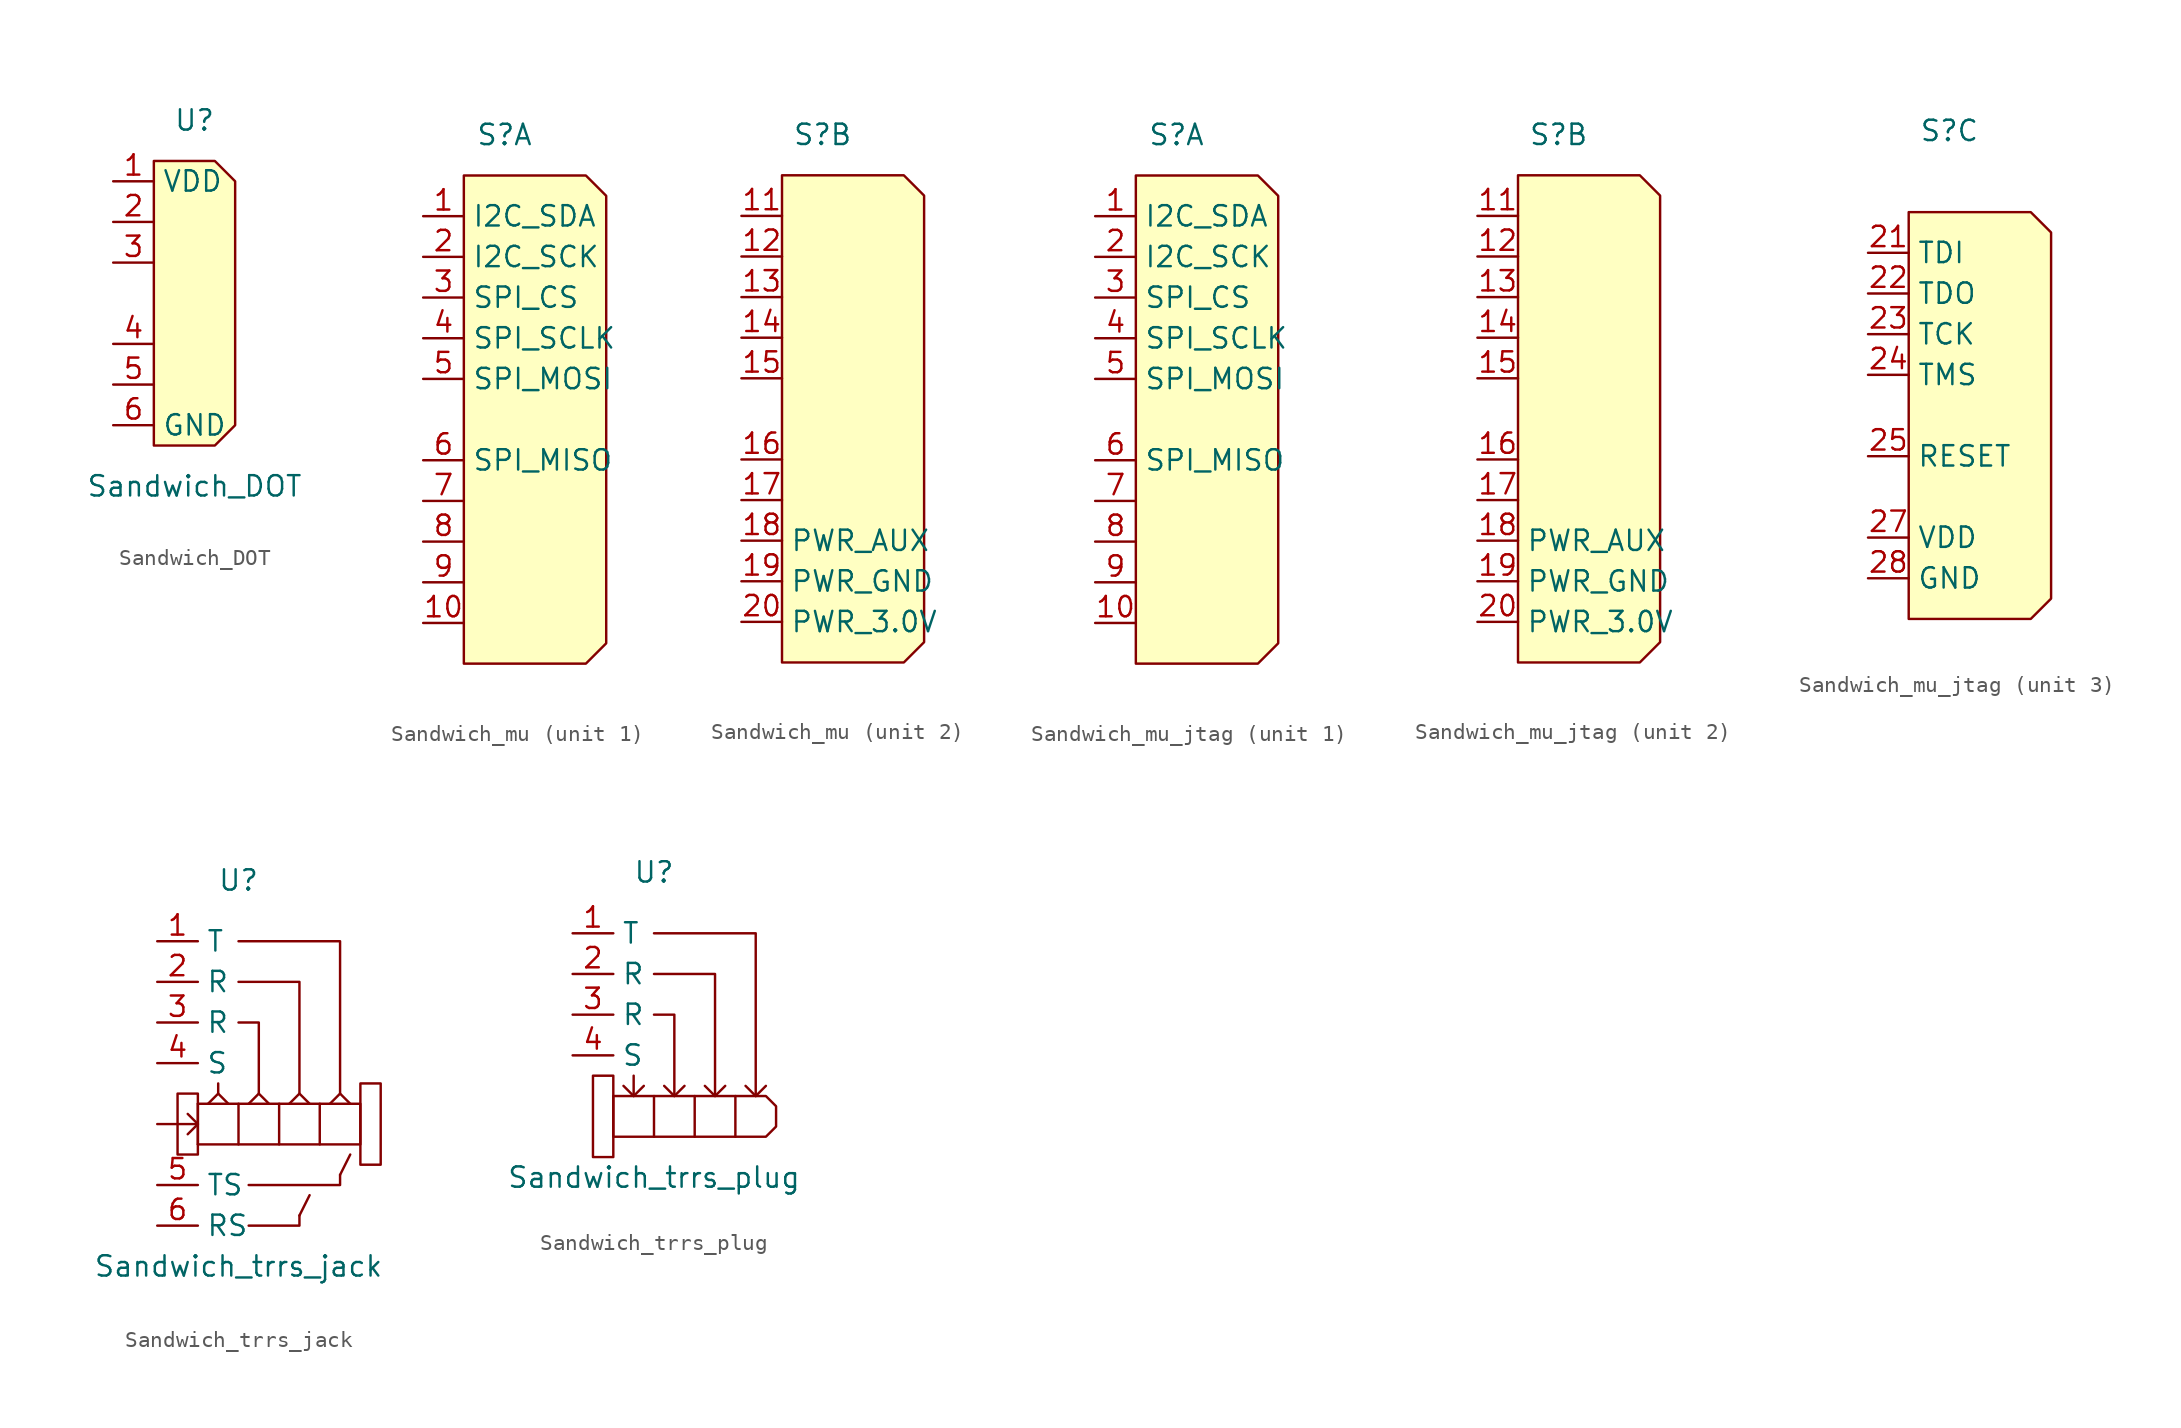
<source format=kicad_sym>
(kicad_symbol_lib
  (version 20211014)
  (generator kicad_symbol_editor)
  (symbol "Sandwich_DOT"
    (property "Reference" "U"
      (at 0 11.43 0)
      (effects (font (size 1.27 1.27))))
    (property "Value" "Sandwich_DOT"
      (at 0 -11.43 0)
      (effects (font (size 1.27 1.27))))
    (symbol "Sandwich_DOT_0_1"
      (polyline (pts (xy -2.54 8.89) (xy -2.54 -8.89) (xy 1.27 -8.89) (xy 2.54 -7.62) (xy 2.54 7.62) (xy 1.27 8.89) (xy -2.54 8.89)) (stroke (width 0) (type default) (color 0 0 0 0)) (fill (type background))))
    (symbol "Sandwich_DOT_1_1"
      (pin input line (at -5.08 7.62 0) (length 2.54) (name "VDD" (effects (font (size 1.27 1.27)))) (number "1" (effects (font (size 1.27 1.27)))))
      (pin input line (at -5.08 5.08 0) (length 2.54) (name "" (effects (font (size 1.27 1.27)))) (number "2" (effects (font (size 1.27 1.27)))))
      (pin input line (at -5.08 2.54 0) (length 2.54) (name "" (effects (font (size 1.27 1.27)))) (number "3" (effects (font (size 1.27 1.27)))))
      (pin input line (at -5.08 -2.54 0) (length 2.54) (name "" (effects (font (size 1.27 1.27)))) (number "4" (effects (font (size 1.27 1.27)))))
      (pin input line (at -5.08 -5.08 0) (length 2.54) (name "" (effects (font (size 1.27 1.27)))) (number "5" (effects (font (size 1.27 1.27)))))
      (pin input line (at -5.08 -7.62 0) (length 2.54) (name "GND" (effects (font (size 1.27 1.27)))) (number "6" (effects (font (size 1.27 1.27)))))))
  (symbol "Sandwich_mu"
    (property "Reference" "S"
      (at 0 17.78 0)
      (effects (font (size 1.27 1.27))))
    (property "ki_locked" ""
      (at 0 0 0)
      (effects (font (size 1.27 1.27))))
    (symbol "Sandwich_mu_1_1"
      (polyline (pts (xy -2.54 15.24) (xy -2.54 -15.24) (xy 5.08 -15.24) (xy 6.35 -13.97) (xy 6.35 13.97) (xy 5.08 15.24) (xy -2.54 15.24)) (stroke (width 0) (type default) (color 0 0 0 0)) (fill (type background)))
      (pin bidirectional line (at -5.08 12.7 0) (length 2.54) (name "I2C_SDA" (effects (font (size 1.27 1.27)))) (number "1" (effects (font (size 1.27 1.27)))))
      (pin bidirectional line (at -5.08 -12.7 0) (length 2.54) (name "" (effects (font (size 1.27 1.27)))) (number "10" (effects (font (size 1.27 1.27)))))
      (pin bidirectional line (at -5.08 10.16 0) (length 2.54) (name "I2C_SCK" (effects (font (size 1.27 1.27)))) (number "2" (effects (font (size 1.27 1.27)))))
      (pin bidirectional line (at -5.08 7.62 0) (length 2.54) (name "SPI_CS" (effects (font (size 1.27 1.27)))) (number "3" (effects (font (size 1.27 1.27)))))
      (pin bidirectional line (at -5.08 5.08 0) (length 2.54) (name "SPI_SCLK" (effects (font (size 1.27 1.27)))) (number "4" (effects (font (size 1.27 1.27)))))
      (pin bidirectional line (at -5.08 2.54 0) (length 2.54) (name "SPI_MOSI" (effects (font (size 1.27 1.27)))) (number "5" (effects (font (size 1.27 1.27)))))
      (pin bidirectional line (at -5.08 -2.54 0) (length 2.54) (name "SPI_MISO" (effects (font (size 1.27 1.27)))) (number "6" (effects (font (size 1.27 1.27)))))
      (pin bidirectional line (at -5.08 -5.08 0) (length 2.54) (name "" (effects (font (size 1.27 1.27)))) (number "7" (effects (font (size 1.27 1.27)))))
      (pin bidirectional line (at -5.08 -7.62 0) (length 2.54) (name "" (effects (font (size 1.27 1.27)))) (number "8" (effects (font (size 1.27 1.27)))))
      (pin bidirectional line (at -5.08 -10.16 0) (length 2.54) (name "" (effects (font (size 1.27 1.27)))) (number "9" (effects (font (size 1.27 1.27))))))
    (symbol "Sandwich_mu_2_1"
      (polyline (pts (xy -2.54 15.24) (xy -2.54 -15.24) (xy 5.08 -15.24) (xy 6.35 -13.97) (xy 6.35 13.97) (xy 5.08 15.24) (xy -2.54 15.24)) (stroke (width 0) (type default) (color 0 0 0 0)) (fill (type background)))
      (pin bidirectional line (at -5.08 12.7 0) (length 2.54) (name "" (effects (font (size 1.27 1.27)))) (number "11" (effects (font (size 1.27 1.27)))))
      (pin bidirectional line (at -5.08 10.16 0) (length 2.54) (name "" (effects (font (size 1.27 1.27)))) (number "12" (effects (font (size 1.27 1.27)))))
      (pin bidirectional line (at -5.08 7.62 0) (length 2.54) (name "" (effects (font (size 1.27 1.27)))) (number "13" (effects (font (size 1.27 1.27)))))
      (pin bidirectional line (at -5.08 5.08 0) (length 2.54) (name "" (effects (font (size 1.27 1.27)))) (number "14" (effects (font (size 1.27 1.27)))))
      (pin bidirectional line (at -5.08 2.54 0) (length 2.54) (name "" (effects (font (size 1.27 1.27)))) (number "15" (effects (font (size 1.27 1.27)))))
      (pin bidirectional line (at -5.08 -2.54 0) (length 2.54) (name "" (effects (font (size 1.27 1.27)))) (number "16" (effects (font (size 1.27 1.27)))))
      (pin bidirectional line (at -5.08 -5.08 0) (length 2.54) (name "" (effects (font (size 1.27 1.27)))) (number "17" (effects (font (size 1.27 1.27)))))
      (pin bidirectional line (at -5.08 -7.62 0) (length 2.54) (name "PWR_AUX" (effects (font (size 1.27 1.27)))) (number "18" (effects (font (size 1.27 1.27)))))
      (pin passive line (at -5.08 -10.16 0) (length 2.54) (name "PWR_GND" (effects (font (size 1.27 1.27)))) (number "19" (effects (font (size 1.27 1.27)))))
      (pin power_out line (at -5.08 -12.7 0) (length 2.54) (name "PWR_3.0V" (effects (font (size 1.27 1.27)))) (number "20" (effects (font (size 1.27 1.27)))))))
  (symbol "Sandwich_mu_jtag"
    (property "Reference" "S"
      (at 0 17.78 0)
      (effects (font (size 1.27 1.27))))
    (property "ki_locked" ""
      (at 0 0 0)
      (effects (font (size 1.27 1.27))))
    (symbol "Sandwich_mu_jtag_1_1"
      (polyline (pts (xy -2.54 15.24) (xy -2.54 -15.24) (xy 5.08 -15.24) (xy 6.35 -13.97) (xy 6.35 13.97) (xy 5.08 15.24) (xy -2.54 15.24)) (stroke (width 0) (type default) (color 0 0 0 0)) (fill (type background)))
      (pin bidirectional line (at -5.08 12.7 0) (length 2.54) (name "I2C_SDA" (effects (font (size 1.27 1.27)))) (number "1" (effects (font (size 1.27 1.27)))))
      (pin bidirectional line (at -5.08 -12.7 0) (length 2.54) (name "" (effects (font (size 1.27 1.27)))) (number "10" (effects (font (size 1.27 1.27)))))
      (pin bidirectional line (at -5.08 10.16 0) (length 2.54) (name "I2C_SCK" (effects (font (size 1.27 1.27)))) (number "2" (effects (font (size 1.27 1.27)))))
      (pin bidirectional line (at -5.08 7.62 0) (length 2.54) (name "SPI_CS" (effects (font (size 1.27 1.27)))) (number "3" (effects (font (size 1.27 1.27)))))
      (pin bidirectional line (at -5.08 5.08 0) (length 2.54) (name "SPI_SCLK" (effects (font (size 1.27 1.27)))) (number "4" (effects (font (size 1.27 1.27)))))
      (pin bidirectional line (at -5.08 2.54 0) (length 2.54) (name "SPI_MOSI" (effects (font (size 1.27 1.27)))) (number "5" (effects (font (size 1.27 1.27)))))
      (pin bidirectional line (at -5.08 -2.54 0) (length 2.54) (name "SPI_MISO" (effects (font (size 1.27 1.27)))) (number "6" (effects (font (size 1.27 1.27)))))
      (pin bidirectional line (at -5.08 -5.08 0) (length 2.54) (name "" (effects (font (size 1.27 1.27)))) (number "7" (effects (font (size 1.27 1.27)))))
      (pin bidirectional line (at -5.08 -7.62 0) (length 2.54) (name "" (effects (font (size 1.27 1.27)))) (number "8" (effects (font (size 1.27 1.27)))))
      (pin bidirectional line (at -5.08 -10.16 0) (length 2.54) (name "" (effects (font (size 1.27 1.27)))) (number "9" (effects (font (size 1.27 1.27))))))
    (symbol "Sandwich_mu_jtag_2_1"
      (polyline (pts (xy -2.54 15.24) (xy -2.54 -15.24) (xy 5.08 -15.24) (xy 6.35 -13.97) (xy 6.35 13.97) (xy 5.08 15.24) (xy -2.54 15.24)) (stroke (width 0) (type default) (color 0 0 0 0)) (fill (type background)))
      (pin bidirectional line (at -5.08 12.7 0) (length 2.54) (name "" (effects (font (size 1.27 1.27)))) (number "11" (effects (font (size 1.27 1.27)))))
      (pin bidirectional line (at -5.08 10.16 0) (length 2.54) (name "" (effects (font (size 1.27 1.27)))) (number "12" (effects (font (size 1.27 1.27)))))
      (pin bidirectional line (at -5.08 7.62 0) (length 2.54) (name "" (effects (font (size 1.27 1.27)))) (number "13" (effects (font (size 1.27 1.27)))))
      (pin bidirectional line (at -5.08 5.08 0) (length 2.54) (name "" (effects (font (size 1.27 1.27)))) (number "14" (effects (font (size 1.27 1.27)))))
      (pin bidirectional line (at -5.08 2.54 0) (length 2.54) (name "" (effects (font (size 1.27 1.27)))) (number "15" (effects (font (size 1.27 1.27)))))
      (pin bidirectional line (at -5.08 -2.54 0) (length 2.54) (name "" (effects (font (size 1.27 1.27)))) (number "16" (effects (font (size 1.27 1.27)))))
      (pin bidirectional line (at -5.08 -5.08 0) (length 2.54) (name "" (effects (font (size 1.27 1.27)))) (number "17" (effects (font (size 1.27 1.27)))))
      (pin bidirectional line (at -5.08 -7.62 0) (length 2.54) (name "PWR_AUX" (effects (font (size 1.27 1.27)))) (number "18" (effects (font (size 1.27 1.27)))))
      (pin bidirectional line (at -5.08 -10.16 0) (length 2.54) (name "PWR_GND" (effects (font (size 1.27 1.27)))) (number "19" (effects (font (size 1.27 1.27)))))
      (pin bidirectional line (at -5.08 -12.7 0) (length 2.54) (name "PWR_3.0V" (effects (font (size 1.27 1.27)))) (number "20" (effects (font (size 1.27 1.27))))))
    (symbol "Sandwich_mu_jtag_3_1"
      (polyline (pts (xy -2.54 12.7) (xy -2.54 -12.7) (xy 5.08 -12.7) (xy 6.35 -11.43) (xy 6.35 11.43) (xy 5.08 12.7) (xy -2.54 12.7)) (stroke (width 0) (type default) (color 0 0 0 0)) (fill (type background)))
      (pin tri_state line (at -5.08 10.16 0) (length 2.54) (name "TDI" (effects (font (size 1.27 1.27)))) (number "21" (effects (font (size 1.27 1.27)))))
      (pin tri_state line (at -5.08 7.62 0) (length 2.54) (name "TDO" (effects (font (size 1.27 1.27)))) (number "22" (effects (font (size 1.27 1.27)))))
      (pin tri_state line (at -5.08 5.08 0) (length 2.54) (name "TCK" (effects (font (size 1.27 1.27)))) (number "23" (effects (font (size 1.27 1.27)))))
      (pin tri_state line (at -5.08 2.54 0) (length 2.54) (name "TMS" (effects (font (size 1.27 1.27)))) (number "24" (effects (font (size 1.27 1.27)))))
      (pin tri_state line (at -5.08 -2.54 0) (length 2.54) (name "RESET" (effects (font (size 1.27 1.27)))) (number "25" (effects (font (size 1.27 1.27)))))
      (pin no_connect line (at -5.08 -5.08 0) (length 2.54) hide (name "" (effects (font (size 1.27 1.27)))) (number "26" (effects (font (size 1.27 1.27)))))
      (pin power_in line (at -5.08 -7.62 0) (length 2.54) (name "VDD" (effects (font (size 1.27 1.27)))) (number "27" (effects (font (size 1.27 1.27)))))
      (pin passive line (at -5.08 -10.16 0) (length 2.54) (name "GND" (effects (font (size 1.27 1.27)))) (number "28" (effects (font (size 1.27 1.27)))))))
  (symbol "Sandwich_trrs_jack"
    (property "Reference" "U"
      (at 0 11.43 0)
      (effects (font (size 1.27 1.27))))
    (property "Value" "Sandwich_trrs_jack"
      (at 0 -12.7 0)
      (effects (font (size 1.27 1.27))))
    (symbol "Sandwich_trrs_jack_0_1"
      (polyline (pts (xy -5.08 -3.81) (xy -2.54 -3.81)) (stroke (width 0) (type default) (color 0 0 0 0)) (fill (type none)))
      (polyline (pts (xy -2.54 -3.81) (xy -3.175 -4.445)) (stroke (width 0) (type default) (color 0 0 0 0)) (fill (type none)))
      (polyline (pts (xy -2.54 -3.81) (xy -3.175 -3.175)) (stroke (width 0) (type default) (color 0 0 0 0)) (fill (type none)))
      (polyline (pts (xy -2.54 -2.54) (xy -2.54 -5.08)) (stroke (width 0) (type default) (color 0 0 0 0)) (fill (type none)))
      (polyline (pts (xy -1.27 -1.905) (xy -1.27 -1.27)) (stroke (width 0) (type default) (color 0 0 0 0)) (fill (type none)))
      (polyline (pts (xy 0 -2.54) (xy 0 -5.08)) (stroke (width 0) (type default) (color 0 0 0 0)) (fill (type none)))
      (polyline (pts (xy 2.54 -5.08) (xy 2.54 -2.54)) (stroke (width 0) (type default) (color 0 0 0 0)) (fill (type none)))
      (polyline (pts (xy 3.81 -9.525) (xy 4.445 -8.255)) (stroke (width 0) (type default) (color 0 0 0 0)) (fill (type none)))
      (polyline (pts (xy 5.08 -2.54) (xy 5.08 -5.08)) (stroke (width 0) (type default) (color 0 0 0 0)) (fill (type none)))
      (polyline (pts (xy 6.35 -6.985) (xy 6.985 -5.715)) (stroke (width 0) (type default) (color 0 0 0 0)) (fill (type none)))
      (polyline (pts (xy -1.905 -2.54) (xy -1.27 -1.905) (xy -0.635 -2.54)) (stroke (width 0) (type default) (color 0 0 0 0)) (fill (type none)))
      (polyline (pts (xy 0 2.54) (xy 1.27 2.54) (xy 1.27 -1.905)) (stroke (width 0) (type default) (color 0 0 0 0)) (fill (type none)))
      (polyline (pts (xy 0 5.08) (xy 3.81 5.08) (xy 3.81 -1.905)) (stroke (width 0) (type default) (color 0 0 0 0)) (fill (type none)))
      (polyline (pts (xy 0 7.62) (xy 6.35 7.62) (xy 6.35 -1.905)) (stroke (width 0) (type default) (color 0 0 0 0)) (fill (type none)))
      (polyline (pts (xy 0.635 -10.16) (xy 3.81 -10.16) (xy 3.81 -9.525)) (stroke (width 0) (type default) (color 0 0 0 0)) (fill (type none)))
      (polyline (pts (xy 0.635 -7.62) (xy 6.35 -7.62) (xy 6.35 -6.985)) (stroke (width 0) (type default) (color 0 0 0 0)) (fill (type none)))
      (polyline (pts (xy 0.635 -2.54) (xy 1.27 -1.905) (xy 1.905 -2.54)) (stroke (width 0) (type default) (color 0 0 0 0)) (fill (type none)))
      (polyline (pts (xy 3.175 -2.54) (xy 3.81 -1.905) (xy 4.445 -2.54)) (stroke (width 0) (type default) (color 0 0 0 0)) (fill (type none)))
      (polyline (pts (xy 5.715 -2.54) (xy 6.35 -1.905) (xy 6.985 -2.54)) (stroke (width 0) (type default) (color 0 0 0 0)) (fill (type none)))
      (polyline (pts (xy -2.54 -2.54) (xy 7.62 -2.54) (xy 7.62 -5.08) (xy -2.54 -5.08)) (stroke (width 0) (type default) (color 0 0 0 0)) (fill (type none)))
      (polyline (pts (xy -3.81 -1.905) (xy -2.54 -1.905) (xy -2.54 -5.715) (xy -3.81 -5.715) (xy -3.81 -1.905)) (stroke (width 0) (type default) (color 0 0 0 0)) (fill (type none)))
      (polyline (pts (xy 7.62 -1.27) (xy 7.62 -6.35) (xy 8.89 -6.35) (xy 8.89 -1.27) (xy 7.62 -1.27)) (stroke (width 0) (type default) (color 0 0 0 0)) (fill (type none))))
    (symbol "Sandwich_trrs_jack_1_1"
      (pin input line (at -5.08 7.62 0) (length 2.54) (name "T" (effects (font (size 1.27 1.27)))) (number "1" (effects (font (size 1.27 1.27)))))
      (pin input line (at -5.08 5.08 0) (length 2.54) (name "R" (effects (font (size 1.27 1.27)))) (number "2" (effects (font (size 1.27 1.27)))))
      (pin input line (at -5.08 2.54 0) (length 2.54) (name "R" (effects (font (size 1.27 1.27)))) (number "3" (effects (font (size 1.27 1.27)))))
      (pin input line (at -5.08 0 0) (length 2.54) (name "S" (effects (font (size 1.27 1.27)))) (number "4" (effects (font (size 1.27 1.27)))))
      (pin input line (at -5.08 -7.62 0) (length 2.54) (name "TS" (effects (font (size 1.27 1.27)))) (number "5" (effects (font (size 1.27 1.27)))))
      (pin input line (at -5.08 -10.16 0) (length 2.54) (name "RS" (effects (font (size 1.27 1.27)))) (number "6" (effects (font (size 1.27 1.27)))))))
  (symbol "Sandwich_trrs_plug"
    (property "Reference" "U"
      (at 0 11.43 0)
      (effects (font (size 1.27 1.27))))
    (property "Value" "Sandwich_trrs_plug"
      (at 0 -7.62 0)
      (effects (font (size 1.27 1.27))))
    (symbol "Sandwich_trrs_plug_0_1"
      (polyline (pts (xy -1.27 -2.54) (xy -1.27 -1.27)) (stroke (width 0) (type default) (color 0 0 0 0)) (fill (type none)))
      (polyline (pts (xy 0 -2.54) (xy 0 -5.08)) (stroke (width 0) (type default) (color 0 0 0 0)) (fill (type none)))
      (polyline (pts (xy 2.54 -5.08) (xy 2.54 -2.54)) (stroke (width 0) (type default) (color 0 0 0 0)) (fill (type none)))
      (polyline (pts (xy 5.08 -2.54) (xy 5.08 -5.08)) (stroke (width 0) (type default) (color 0 0 0 0)) (fill (type none)))
      (polyline (pts (xy -1.905 -1.905) (xy -1.27 -2.54) (xy -0.635 -1.905)) (stroke (width 0) (type default) (color 0 0 0 0)) (fill (type none)))
      (polyline (pts (xy 0 2.54) (xy 1.27 2.54) (xy 1.27 -2.54)) (stroke (width 0) (type default) (color 0 0 0 0)) (fill (type none)))
      (polyline (pts (xy 0 5.08) (xy 3.81 5.08) (xy 3.81 -2.54)) (stroke (width 0) (type default) (color 0 0 0 0)) (fill (type none)))
      (polyline (pts (xy 0 7.62) (xy 6.35 7.62) (xy 6.35 -2.54)) (stroke (width 0) (type default) (color 0 0 0 0)) (fill (type none)))
      (polyline (pts (xy 0.635 -1.905) (xy 1.27 -2.54) (xy 1.905 -1.905)) (stroke (width 0) (type default) (color 0 0 0 0)) (fill (type none)))
      (polyline (pts (xy 3.175 -1.905) (xy 3.81 -2.54) (xy 4.445 -1.905)) (stroke (width 0) (type default) (color 0 0 0 0)) (fill (type none)))
      (polyline (pts (xy 5.715 -1.905) (xy 6.35 -2.54) (xy 6.985 -1.905)) (stroke (width 0) (type default) (color 0 0 0 0)) (fill (type none)))
      (polyline (pts (xy -2.54 -1.27) (xy -3.81 -1.27) (xy -3.81 -6.35) (xy -2.54 -6.35) (xy -2.54 -1.27)) (stroke (width 0) (type default) (color 0 0 0 0)) (fill (type none)))
      (polyline (pts (xy 7.62 -3.175) (xy 6.985 -2.54) (xy -2.54 -2.54) (xy -2.54 -5.08) (xy 6.985 -5.08) (xy 7.62 -4.445) (xy 7.62 -3.175)) (stroke (width 0) (type default) (color 0 0 0 0)) (fill (type none))))
    (symbol "Sandwich_trrs_plug_1_1"
      (pin input line (at -5.08 7.62 0) (length 2.54) (name "T" (effects (font (size 1.27 1.27)))) (number "1" (effects (font (size 1.27 1.27)))))
      (pin input line (at -5.08 5.08 0) (length 2.54) (name "R" (effects (font (size 1.27 1.27)))) (number "2" (effects (font (size 1.27 1.27)))))
      (pin input line (at -5.08 2.54 0) (length 2.54) (name "R" (effects (font (size 1.27 1.27)))) (number "3" (effects (font (size 1.27 1.27)))))
      (pin input line (at -5.08 0 0) (length 2.54) (name "S" (effects (font (size 1.27 1.27)))) (number "4" (effects (font (size 1.27 1.27))))))))
</source>
